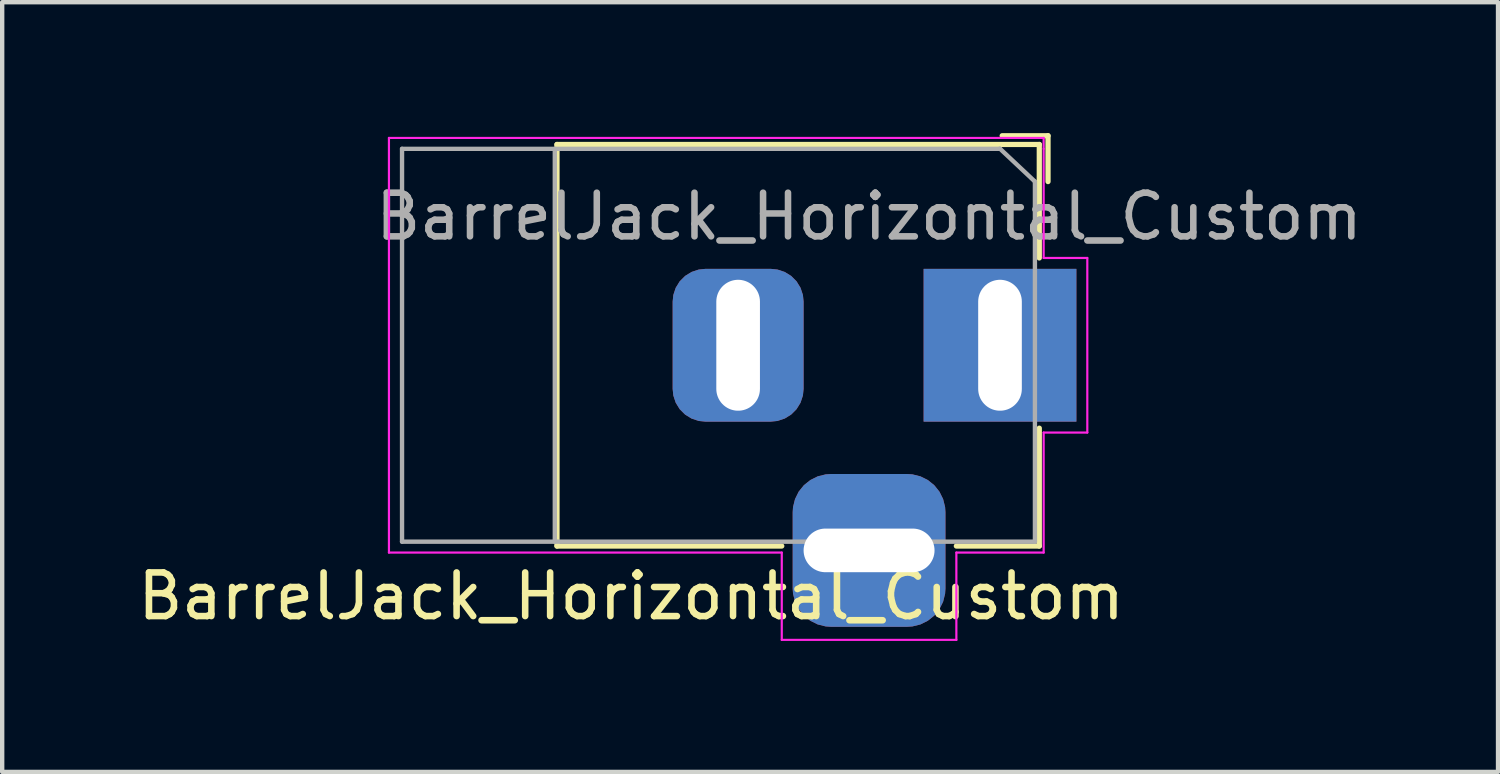
<source format=kicad_pcb>
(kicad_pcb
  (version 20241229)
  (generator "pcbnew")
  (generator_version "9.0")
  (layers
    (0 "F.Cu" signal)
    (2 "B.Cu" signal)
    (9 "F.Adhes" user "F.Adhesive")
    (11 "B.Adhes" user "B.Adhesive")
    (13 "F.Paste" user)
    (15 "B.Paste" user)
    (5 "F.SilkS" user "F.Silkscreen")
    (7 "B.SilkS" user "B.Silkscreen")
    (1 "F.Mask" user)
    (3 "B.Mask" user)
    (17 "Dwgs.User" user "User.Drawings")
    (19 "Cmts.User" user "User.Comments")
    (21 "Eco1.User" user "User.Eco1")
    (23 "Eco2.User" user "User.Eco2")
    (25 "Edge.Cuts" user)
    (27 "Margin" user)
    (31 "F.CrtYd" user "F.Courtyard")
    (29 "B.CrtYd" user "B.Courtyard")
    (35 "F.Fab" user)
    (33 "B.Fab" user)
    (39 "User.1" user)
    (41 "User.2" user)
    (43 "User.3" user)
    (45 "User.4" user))
  (footprint "BarrelJack_Horizontal_Custom"
    (layer "F.Cu")
    (at 19.861 4.86)
    (property "Reference" "BarrelJack_Horizontal_Custom" (at -8.45 5.75 0) (layer "F.SilkS") (effects (font (size 1 1) (thickness 0.15))))
    (attr through_hole)
    (fp_line (start -10.15 -4.6) (end 0.9 -4.6) (stroke (width 0.12) (type solid)) (layer "F.SilkS"))
    (fp_line (start -10.15 4.6) (end -10.15 -4.6) (stroke (width 0.12) (type solid)) (layer "F.SilkS"))
    (fp_line (start -5 4.6) (end -10.15 4.6) (stroke (width 0.12) (type solid)) (layer "F.SilkS"))
    (fp_line (start 0.05 -4.8) (end 1.1 -4.8) (stroke (width 0.12) (type solid)) (layer "F.SilkS"))
    (fp_line (start 0.9 -4.6) (end 0.9 -2) (stroke (width 0.12) (type solid)) (layer "F.SilkS"))
    (fp_line (start 0.9 1.9) (end 0.9 4.6) (stroke (width 0.12) (type solid)) (layer "F.SilkS"))
    (fp_line (start 0.9 4.6) (end -1 4.6) (stroke (width 0.12) (type solid)) (layer "F.SilkS"))
    (fp_line (start 1.1 -3.75) (end 1.1 -4.8) (stroke (width 0.12) (type solid)) (layer "F.SilkS"))
    (fp_line (start -14 4.75) (end -14 -4.75) (stroke (width 0.05) (type solid)) (layer "F.CrtYd"))
    (fp_line (start -5 4.75) (end -14 4.75) (stroke (width 0.05) (type solid)) (layer "F.CrtYd"))
    (fp_line (start -5 6.75) (end -5 4.75) (stroke (width 0.05) (type solid)) (layer "F.CrtYd"))
    (fp_line (start -1 4.75) (end -1 6.75) (stroke (width 0.05) (type solid)) (layer "F.CrtYd"))
    (fp_line (start -1 6.75) (end -5 6.75) (stroke (width 0.05) (type solid)) (layer "F.CrtYd"))
    (fp_line (start 1 -4.75) (end -14 -4.75) (stroke (width 0.05) (type solid)) (layer "F.CrtYd"))
    (fp_line (start 1 -4.5) (end 1 -4.75) (stroke (width 0.05) (type solid)) (layer "F.CrtYd"))
    (fp_line (start 1 -4.5) (end 1 -2) (stroke (width 0.05) (type solid)) (layer "F.CrtYd"))
    (fp_line (start 1 -2) (end 2 -2) (stroke (width 0.05) (type solid)) (layer "F.CrtYd"))
    (fp_line (start 1 2) (end 1 4.75) (stroke (width 0.05) (type solid)) (layer "F.CrtYd"))
    (fp_line (start 1 4.75) (end -1 4.75) (stroke (width 0.05) (type solid)) (layer "F.CrtYd"))
    (fp_line (start 2 -2) (end 2 2) (stroke (width 0.05) (type solid)) (layer "F.CrtYd"))
    (fp_line (start 2 2) (end 1 2) (stroke (width 0.05) (type solid)) (layer "F.CrtYd"))
    (fp_line (start -13.7 -4.5) (end -13.7 4.5) (stroke (width 0.1) (type solid)) (layer "F.Fab"))
    (fp_line (start -13.7 4.5) (end 0.8 4.5) (stroke (width 0.1) (type solid)) (layer "F.Fab"))
    (fp_line (start -10.2 -4.5) (end -10.2 4.5) (stroke (width 0.1) (type solid)) (layer "F.Fab"))
    (fp_line (start -0.003 -4.505) (end 0.8 -3.75) (stroke (width 0.1) (type solid)) (layer "F.Fab"))
    (fp_line (start 0 -4.5) (end -13.7 -4.5) (stroke (width 0.1) (type solid)) (layer "F.Fab"))
    (fp_line (start 0.8 4.5) (end 0.8 -3.75) (stroke (width 0.1) (type solid)) (layer "F.Fab"))
    (fp_text user "${REFERENCE}" (at -3 -2.95 0) (layer "F.Fab") (effects (font (size 1 1) (thickness 0.15))))
    (pad "1" thru_hole rect (at 0 0) (size 3.5 3.5) (drill oval 1 3) (layers "*.Cu" "*.Mask"))
    (pad "2" thru_hole roundrect (at -6 0) (size 3 3.5) (drill oval 1 3) (layers "*.Cu" "*.Mask") (roundrect_rratio 0.25))
    (pad "3" thru_hole roundrect (at -3 4.7) (size 3.5 3.5) (drill oval 3 1) (layers "*.Cu" "*.Mask") (roundrect_rratio 0.25)))
  (gr_rect
    (start -3 -3)
    (end 31.271 14.635)
    (stroke (width 0.1) (type default))
    (fill no)
    (layer "Edge.Cuts")))
</source>
